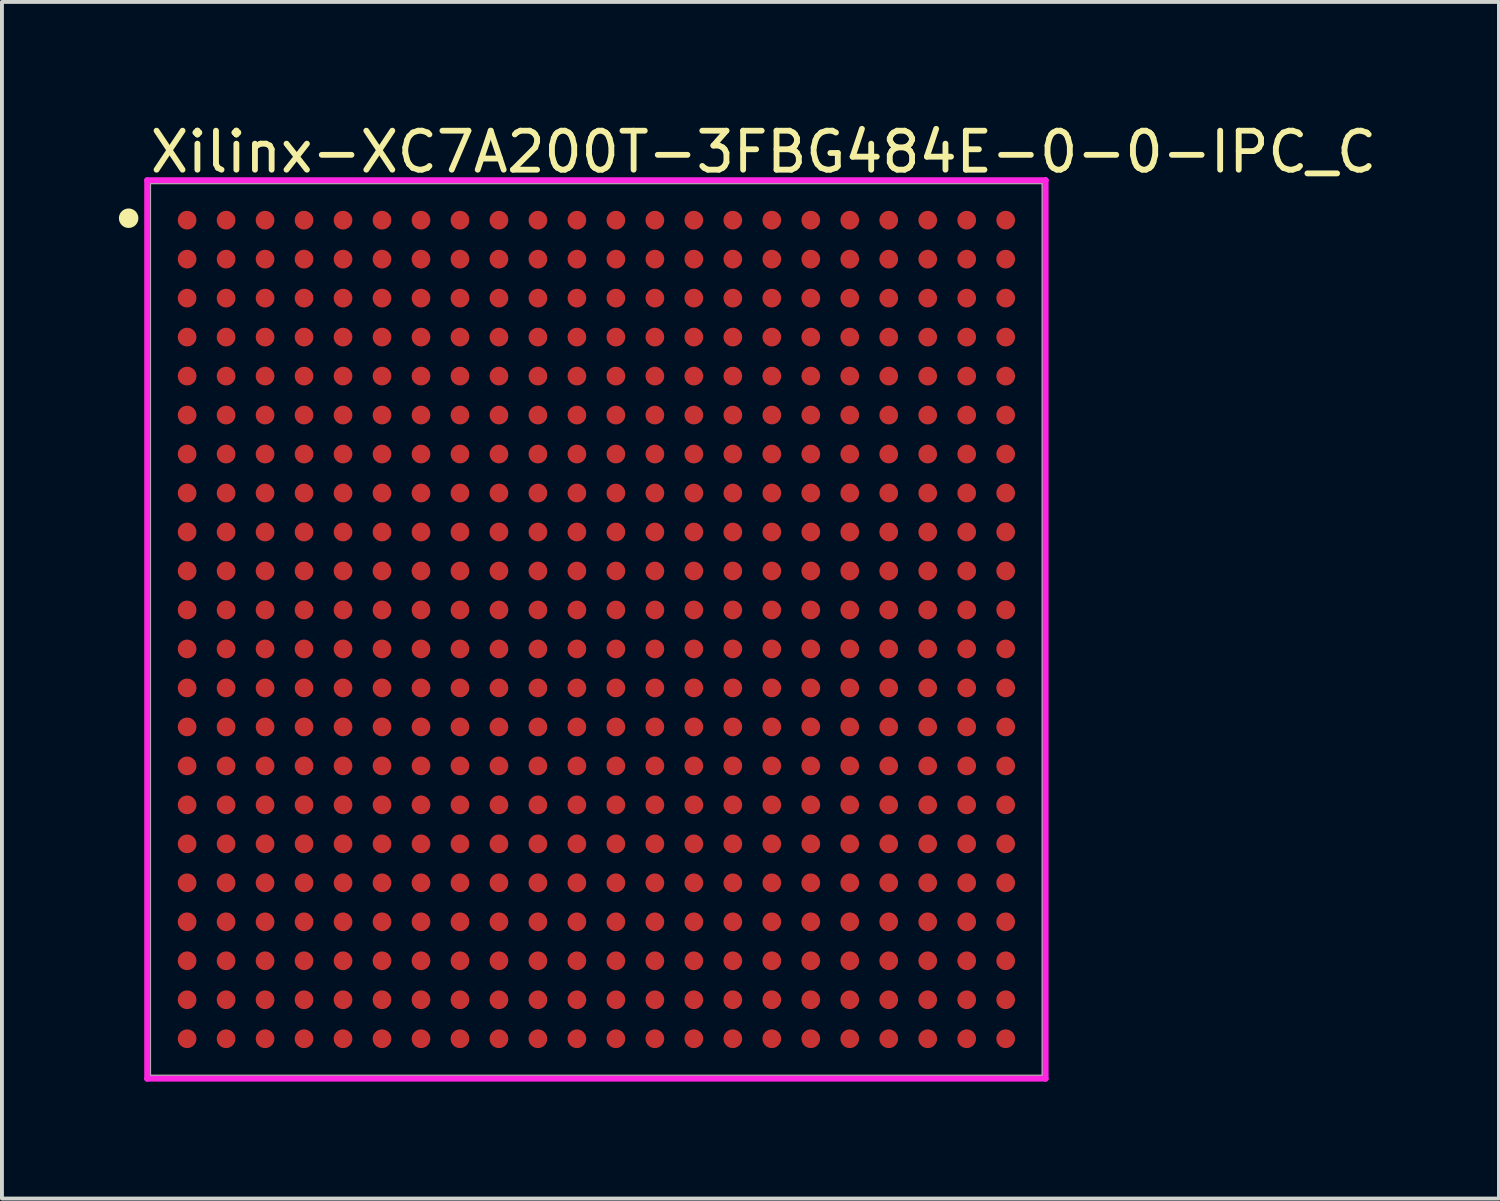
<source format=kicad_pcb>
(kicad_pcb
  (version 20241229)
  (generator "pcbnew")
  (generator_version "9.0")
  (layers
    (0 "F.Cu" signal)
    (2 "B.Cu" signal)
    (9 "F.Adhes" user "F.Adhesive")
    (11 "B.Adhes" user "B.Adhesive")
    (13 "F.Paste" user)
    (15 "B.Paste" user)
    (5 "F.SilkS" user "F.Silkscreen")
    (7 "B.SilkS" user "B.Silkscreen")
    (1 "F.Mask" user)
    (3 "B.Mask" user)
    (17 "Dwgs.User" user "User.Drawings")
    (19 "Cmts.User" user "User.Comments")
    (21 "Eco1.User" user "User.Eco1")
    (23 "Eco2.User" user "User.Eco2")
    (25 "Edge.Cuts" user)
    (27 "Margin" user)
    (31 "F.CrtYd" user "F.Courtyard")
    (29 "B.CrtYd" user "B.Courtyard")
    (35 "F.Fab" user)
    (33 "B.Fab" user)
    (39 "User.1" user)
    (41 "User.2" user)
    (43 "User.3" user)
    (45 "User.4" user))
  (footprint "Xilinx-XC7A200T-3FBG484E-0-0-IPC_C"
    (layer "F.Cu")
    (at 12.25 13.098)
    (property "Reference" "Xilinx-XC7A200T-3FBG484E-0-0-IPC_C" (at -11.525 -12.25 0) (layer "F.SilkS") (effects (font (size 1 1) (thickness 0.15)) (justify left)))
    (attr through_hole)
    (fp_line (start -11.5 -11.5) (end 11.5 -11.5) (stroke (width 0.15) (type solid)) (layer "F.SilkS"))
    (fp_line (start -11.5 11.5) (end -11.5 -11.5) (stroke (width 0.15) (type solid)) (layer "F.SilkS"))
    (fp_line (start 11.5 -11.5) (end 11.5 11.5) (stroke (width 0.15) (type solid)) (layer "F.SilkS"))
    (fp_line (start 11.5 11.5) (end -11.5 11.5) (stroke (width 0.15) (type solid)) (layer "F.SilkS"))
    (fp_circle (center -12 -10.55) (end -11.875 -10.55) (stroke (width 0.25) (type solid)) (fill no) (layer "F.SilkS"))
    (fp_line (start -11.525 -11.525) (end -11.525 11.525) (stroke (width 0.15) (type solid)) (layer "F.CrtYd"))
    (fp_line (start -11.525 11.525) (end 11.525 11.525) (stroke (width 0.15) (type solid)) (layer "F.CrtYd"))
    (fp_line (start 11.525 -11.525) (end -11.525 -11.525) (stroke (width 0.15) (type solid)) (layer "F.CrtYd"))
    (fp_line (start 11.525 -11.525) (end 11.525 -11.525) (stroke (width 0.15) (type solid)) (layer "F.CrtYd"))
    (fp_line (start 11.525 11.525) (end 11.525 -11.525) (stroke (width 0.15) (type solid)) (layer "F.CrtYd"))
    (fp_line (start -11.5 -11.5) (end 11.5 -11.5) (stroke (width 0.15) (type solid)) (layer "F.Fab"))
    (fp_line (start -11.5 11.5) (end -11.5 -11.5) (stroke (width 0.15) (type solid)) (layer "F.Fab"))
    (fp_line (start 11.5 -11.5) (end 11.5 11.5) (stroke (width 0.15) (type solid)) (layer "F.Fab"))
    (fp_line (start 11.5 11.5) (end -11.5 11.5) (stroke (width 0.15) (type solid)) (layer "F.Fab"))
    (pad "A1" smd circle (at -10.5 -10.5) (size 0.48 0.48) (layers "F.Cu" "F.Mask" "F.Paste"))
    (pad "A2" smd circle (at -9.5 -10.5) (size 0.48 0.48) (layers "F.Cu" "F.Mask" "F.Paste"))
    (pad "A3" smd circle (at -8.5 -10.5) (size 0.48 0.48) (layers "F.Cu" "F.Mask" "F.Paste"))
    (pad "A4" smd circle (at -7.5 -10.5) (size 0.48 0.48) (layers "F.Cu" "F.Mask" "F.Paste"))
    (pad "A5" smd circle (at -6.5 -10.5) (size 0.48 0.48) (layers "F.Cu" "F.Mask" "F.Paste"))
    (pad "A6" smd circle (at -5.5 -10.5) (size 0.48 0.48) (layers "F.Cu" "F.Mask" "F.Paste"))
    (pad "A7" smd circle (at -4.5 -10.5) (size 0.48 0.48) (layers "F.Cu" "F.Mask" "F.Paste"))
    (pad "A8" smd circle (at -3.5 -10.5) (size 0.48 0.48) (layers "F.Cu" "F.Mask" "F.Paste"))
    (pad "A9" smd circle (at -2.5 -10.5) (size 0.48 0.48) (layers "F.Cu" "F.Mask" "F.Paste"))
    (pad "A10" smd circle (at -1.5 -10.5) (size 0.48 0.48) (layers "F.Cu" "F.Mask" "F.Paste"))
    (pad "A11" smd circle (at -0.5 -10.5) (size 0.48 0.48) (layers "F.Cu" "F.Mask" "F.Paste"))
    (pad "A12" smd circle (at 0.5 -10.5) (size 0.48 0.48) (layers "F.Cu" "F.Mask" "F.Paste"))
    (pad "A13" smd circle (at 1.5 -10.5) (size 0.48 0.48) (layers "F.Cu" "F.Mask" "F.Paste"))
    (pad "A14" smd circle (at 2.5 -10.5) (size 0.48 0.48) (layers "F.Cu" "F.Mask" "F.Paste"))
    (pad "A15" smd circle (at 3.5 -10.5) (size 0.48 0.48) (layers "F.Cu" "F.Mask" "F.Paste"))
    (pad "A16" smd circle (at 4.5 -10.5) (size 0.48 0.48) (layers "F.Cu" "F.Mask" "F.Paste"))
    (pad "A17" smd circle (at 5.5 -10.5) (size 0.48 0.48) (layers "F.Cu" "F.Mask" "F.Paste"))
    (pad "A18" smd circle (at 6.5 -10.5) (size 0.48 0.48) (layers "F.Cu" "F.Mask" "F.Paste"))
    (pad "A19" smd circle (at 7.5 -10.5) (size 0.48 0.48) (layers "F.Cu" "F.Mask" "F.Paste"))
    (pad "A20" smd circle (at 8.5 -10.5) (size 0.48 0.48) (layers "F.Cu" "F.Mask" "F.Paste"))
    (pad "A21" smd circle (at 9.5 -10.5) (size 0.48 0.48) (layers "F.Cu" "F.Mask" "F.Paste"))
    (pad "A22" smd circle (at 10.5 -10.5) (size 0.48 0.48) (layers "F.Cu" "F.Mask" "F.Paste"))
    (pad "AA1" smd circle (at -10.5 9.5) (size 0.48 0.48) (layers "F.Cu" "F.Mask" "F.Paste"))
    (pad "AA2" smd circle (at -9.5 9.5) (size 0.48 0.48) (layers "F.Cu" "F.Mask" "F.Paste"))
    (pad "AA3" smd circle (at -8.5 9.5) (size 0.48 0.48) (layers "F.Cu" "F.Mask" "F.Paste"))
    (pad "AA4" smd circle (at -7.5 9.5) (size 0.48 0.48) (layers "F.Cu" "F.Mask" "F.Paste"))
    (pad "AA5" smd circle (at -6.5 9.5) (size 0.48 0.48) (layers "F.Cu" "F.Mask" "F.Paste"))
    (pad "AA6" smd circle (at -5.5 9.5) (size 0.48 0.48) (layers "F.Cu" "F.Mask" "F.Paste"))
    (pad "AA7" smd circle (at -4.5 9.5) (size 0.48 0.48) (layers "F.Cu" "F.Mask" "F.Paste"))
    (pad "AA8" smd circle (at -3.5 9.5) (size 0.48 0.48) (layers "F.Cu" "F.Mask" "F.Paste"))
    (pad "AA9" smd circle (at -2.5 9.5) (size 0.48 0.48) (layers "F.Cu" "F.Mask" "F.Paste"))
    (pad "AA10" smd circle (at -1.5 9.5) (size 0.48 0.48) (layers "F.Cu" "F.Mask" "F.Paste"))
    (pad "AA11" smd circle (at -0.5 9.5) (size 0.48 0.48) (layers "F.Cu" "F.Mask" "F.Paste"))
    (pad "AA12" smd circle (at 0.5 9.5) (size 0.48 0.48) (layers "F.Cu" "F.Mask" "F.Paste"))
    (pad "AA13" smd circle (at 1.5 9.5) (size 0.48 0.48) (layers "F.Cu" "F.Mask" "F.Paste"))
    (pad "AA14" smd circle (at 2.5 9.5) (size 0.48 0.48) (layers "F.Cu" "F.Mask" "F.Paste"))
    (pad "AA15" smd circle (at 3.5 9.5) (size 0.48 0.48) (layers "F.Cu" "F.Mask" "F.Paste"))
    (pad "AA16" smd circle (at 4.5 9.5) (size 0.48 0.48) (layers "F.Cu" "F.Mask" "F.Paste"))
    (pad "AA17" smd circle (at 5.5 9.5) (size 0.48 0.48) (layers "F.Cu" "F.Mask" "F.Paste"))
    (pad "AA18" smd circle (at 6.5 9.5) (size 0.48 0.48) (layers "F.Cu" "F.Mask" "F.Paste"))
    (pad "AA19" smd circle (at 7.5 9.5) (size 0.48 0.48) (layers "F.Cu" "F.Mask" "F.Paste"))
    (pad "AA20" smd circle (at 8.5 9.5) (size 0.48 0.48) (layers "F.Cu" "F.Mask" "F.Paste"))
    (pad "AA21" smd circle (at 9.5 9.5) (size 0.48 0.48) (layers "F.Cu" "F.Mask" "F.Paste"))
    (pad "AA22" smd circle (at 10.5 9.5) (size 0.48 0.48) (layers "F.Cu" "F.Mask" "F.Paste"))
    (pad "AB1" smd circle (at -10.5 10.5) (size 0.48 0.48) (layers "F.Cu" "F.Mask" "F.Paste"))
    (pad "AB2" smd circle (at -9.5 10.5) (size 0.48 0.48) (layers "F.Cu" "F.Mask" "F.Paste"))
    (pad "AB3" smd circle (at -8.5 10.5) (size 0.48 0.48) (layers "F.Cu" "F.Mask" "F.Paste"))
    (pad "AB4" smd circle (at -7.5 10.5) (size 0.48 0.48) (layers "F.Cu" "F.Mask" "F.Paste"))
    (pad "AB5" smd circle (at -6.5 10.5) (size 0.48 0.48) (layers "F.Cu" "F.Mask" "F.Paste"))
    (pad "AB6" smd circle (at -5.5 10.5) (size 0.48 0.48) (layers "F.Cu" "F.Mask" "F.Paste"))
    (pad "AB7" smd circle (at -4.5 10.5) (size 0.48 0.48) (layers "F.Cu" "F.Mask" "F.Paste"))
    (pad "AB8" smd circle (at -3.5 10.5) (size 0.48 0.48) (layers "F.Cu" "F.Mask" "F.Paste"))
    (pad "AB9" smd circle (at -2.5 10.5) (size 0.48 0.48) (layers "F.Cu" "F.Mask" "F.Paste"))
    (pad "AB10" smd circle (at -1.5 10.5) (size 0.48 0.48) (layers "F.Cu" "F.Mask" "F.Paste"))
    (pad "AB11" smd circle (at -0.5 10.5) (size 0.48 0.48) (layers "F.Cu" "F.Mask" "F.Paste"))
    (pad "AB12" smd circle (at 0.5 10.5) (size 0.48 0.48) (layers "F.Cu" "F.Mask" "F.Paste"))
    (pad "AB13" smd circle (at 1.5 10.5) (size 0.48 0.48) (layers "F.Cu" "F.Mask" "F.Paste"))
    (pad "AB14" smd circle (at 2.5 10.5) (size 0.48 0.48) (layers "F.Cu" "F.Mask" "F.Paste"))
    (pad "AB15" smd circle (at 3.5 10.5) (size 0.48 0.48) (layers "F.Cu" "F.Mask" "F.Paste"))
    (pad "AB16" smd circle (at 4.5 10.5) (size 0.48 0.48) (layers "F.Cu" "F.Mask" "F.Paste"))
    (pad "AB17" smd circle (at 5.5 10.5) (size 0.48 0.48) (layers "F.Cu" "F.Mask" "F.Paste"))
    (pad "AB18" smd circle (at 6.5 10.5) (size 0.48 0.48) (layers "F.Cu" "F.Mask" "F.Paste"))
    (pad "AB19" smd circle (at 7.5 10.5) (size 0.48 0.48) (layers "F.Cu" "F.Mask" "F.Paste"))
    (pad "AB20" smd circle (at 8.5 10.5) (size 0.48 0.48) (layers "F.Cu" "F.Mask" "F.Paste"))
    (pad "AB21" smd circle (at 9.5 10.5) (size 0.48 0.48) (layers "F.Cu" "F.Mask" "F.Paste"))
    (pad "AB22" smd circle (at 10.5 10.5) (size 0.48 0.48) (layers "F.Cu" "F.Mask" "F.Paste"))
    (pad "B1" smd circle (at -10.5 -9.5) (size 0.48 0.48) (layers "F.Cu" "F.Mask" "F.Paste"))
    (pad "B2" smd circle (at -9.5 -9.5) (size 0.48 0.48) (layers "F.Cu" "F.Mask" "F.Paste"))
    (pad "B3" smd circle (at -8.5 -9.5) (size 0.48 0.48) (layers "F.Cu" "F.Mask" "F.Paste"))
    (pad "B4" smd circle (at -7.5 -9.5) (size 0.48 0.48) (layers "F.Cu" "F.Mask" "F.Paste"))
    (pad "B5" smd circle (at -6.5 -9.5) (size 0.48 0.48) (layers "F.Cu" "F.Mask" "F.Paste"))
    (pad "B6" smd circle (at -5.5 -9.5) (size 0.48 0.48) (layers "F.Cu" "F.Mask" "F.Paste"))
    (pad "B7" smd circle (at -4.5 -9.5) (size 0.48 0.48) (layers "F.Cu" "F.Mask" "F.Paste"))
    (pad "B8" smd circle (at -3.5 -9.5) (size 0.48 0.48) (layers "F.Cu" "F.Mask" "F.Paste"))
    (pad "B9" smd circle (at -2.5 -9.5) (size 0.48 0.48) (layers "F.Cu" "F.Mask" "F.Paste"))
    (pad "B10" smd circle (at -1.5 -9.5) (size 0.48 0.48) (layers "F.Cu" "F.Mask" "F.Paste"))
    (pad "B11" smd circle (at -0.5 -9.5) (size 0.48 0.48) (layers "F.Cu" "F.Mask" "F.Paste"))
    (pad "B12" smd circle (at 0.5 -9.5) (size 0.48 0.48) (layers "F.Cu" "F.Mask" "F.Paste"))
    (pad "B13" smd circle (at 1.5 -9.5) (size 0.48 0.48) (layers "F.Cu" "F.Mask" "F.Paste"))
    (pad "B14" smd circle (at 2.5 -9.5) (size 0.48 0.48) (layers "F.Cu" "F.Mask" "F.Paste"))
    (pad "B15" smd circle (at 3.5 -9.5) (size 0.48 0.48) (layers "F.Cu" "F.Mask" "F.Paste"))
    (pad "B16" smd circle (at 4.5 -9.5) (size 0.48 0.48) (layers "F.Cu" "F.Mask" "F.Paste"))
    (pad "B17" smd circle (at 5.5 -9.5) (size 0.48 0.48) (layers "F.Cu" "F.Mask" "F.Paste"))
    (pad "B18" smd circle (at 6.5 -9.5) (size 0.48 0.48) (layers "F.Cu" "F.Mask" "F.Paste"))
    (pad "B19" smd circle (at 7.5 -9.5) (size 0.48 0.48) (layers "F.Cu" "F.Mask" "F.Paste"))
    (pad "B20" smd circle (at 8.5 -9.5) (size 0.48 0.48) (layers "F.Cu" "F.Mask" "F.Paste"))
    (pad "B21" smd circle (at 9.5 -9.5) (size 0.48 0.48) (layers "F.Cu" "F.Mask" "F.Paste"))
    (pad "B22" smd circle (at 10.5 -9.5) (size 0.48 0.48) (layers "F.Cu" "F.Mask" "F.Paste"))
    (pad "C1" smd circle (at -10.5 -8.5) (size 0.48 0.48) (layers "F.Cu" "F.Mask" "F.Paste"))
    (pad "C2" smd circle (at -9.5 -8.5) (size 0.48 0.48) (layers "F.Cu" "F.Mask" "F.Paste"))
    (pad "C3" smd circle (at -8.5 -8.5) (size 0.48 0.48) (layers "F.Cu" "F.Mask" "F.Paste"))
    (pad "C4" smd circle (at -7.5 -8.5) (size 0.48 0.48) (layers "F.Cu" "F.Mask" "F.Paste"))
    (pad "C5" smd circle (at -6.5 -8.5) (size 0.48 0.48) (layers "F.Cu" "F.Mask" "F.Paste"))
    (pad "C6" smd circle (at -5.5 -8.5) (size 0.48 0.48) (layers "F.Cu" "F.Mask" "F.Paste"))
    (pad "C7" smd circle (at -4.5 -8.5) (size 0.48 0.48) (layers "F.Cu" "F.Mask" "F.Paste"))
    (pad "C8" smd circle (at -3.5 -8.5) (size 0.48 0.48) (layers "F.Cu" "F.Mask" "F.Paste"))
    (pad "C9" smd circle (at -2.5 -8.5) (size 0.48 0.48) (layers "F.Cu" "F.Mask" "F.Paste"))
    (pad "C10" smd circle (at -1.5 -8.5) (size 0.48 0.48) (layers "F.Cu" "F.Mask" "F.Paste"))
    (pad "C11" smd circle (at -0.5 -8.5) (size 0.48 0.48) (layers "F.Cu" "F.Mask" "F.Paste"))
    (pad "C12" smd circle (at 0.5 -8.5) (size 0.48 0.48) (layers "F.Cu" "F.Mask" "F.Paste"))
    (pad "C13" smd circle (at 1.5 -8.5) (size 0.48 0.48) (layers "F.Cu" "F.Mask" "F.Paste"))
    (pad "C14" smd circle (at 2.5 -8.5) (size 0.48 0.48) (layers "F.Cu" "F.Mask" "F.Paste"))
    (pad "C15" smd circle (at 3.5 -8.5) (size 0.48 0.48) (layers "F.Cu" "F.Mask" "F.Paste"))
    (pad "C16" smd circle (at 4.5 -8.5) (size 0.48 0.48) (layers "F.Cu" "F.Mask" "F.Paste"))
    (pad "C17" smd circle (at 5.5 -8.5) (size 0.48 0.48) (layers "F.Cu" "F.Mask" "F.Paste"))
    (pad "C18" smd circle (at 6.5 -8.5) (size 0.48 0.48) (layers "F.Cu" "F.Mask" "F.Paste"))
    (pad "C19" smd circle (at 7.5 -8.5) (size 0.48 0.48) (layers "F.Cu" "F.Mask" "F.Paste"))
    (pad "C20" smd circle (at 8.5 -8.5) (size 0.48 0.48) (layers "F.Cu" "F.Mask" "F.Paste"))
    (pad "C21" smd circle (at 9.5 -8.5) (size 0.48 0.48) (layers "F.Cu" "F.Mask" "F.Paste"))
    (pad "C22" smd circle (at 10.5 -8.5) (size 0.48 0.48) (layers "F.Cu" "F.Mask" "F.Paste"))
    (pad "D1" smd circle (at -10.5 -7.5) (size 0.48 0.48) (layers "F.Cu" "F.Mask" "F.Paste"))
    (pad "D2" smd circle (at -9.5 -7.5) (size 0.48 0.48) (layers "F.Cu" "F.Mask" "F.Paste"))
    (pad "D3" smd circle (at -8.5 -7.5) (size 0.48 0.48) (layers "F.Cu" "F.Mask" "F.Paste"))
    (pad "D4" smd circle (at -7.5 -7.5) (size 0.48 0.48) (layers "F.Cu" "F.Mask" "F.Paste"))
    (pad "D5" smd circle (at -6.5 -7.5) (size 0.48 0.48) (layers "F.Cu" "F.Mask" "F.Paste"))
    (pad "D6" smd circle (at -5.5 -7.5) (size 0.48 0.48) (layers "F.Cu" "F.Mask" "F.Paste"))
    (pad "D7" smd circle (at -4.5 -7.5) (size 0.48 0.48) (layers "F.Cu" "F.Mask" "F.Paste"))
    (pad "D8" smd circle (at -3.5 -7.5) (size 0.48 0.48) (layers "F.Cu" "F.Mask" "F.Paste"))
    (pad "D9" smd circle (at -2.5 -7.5) (size 0.48 0.48) (layers "F.Cu" "F.Mask" "F.Paste"))
    (pad "D10" smd circle (at -1.5 -7.5) (size 0.48 0.48) (layers "F.Cu" "F.Mask" "F.Paste"))
    (pad "D11" smd circle (at -0.5 -7.5) (size 0.48 0.48) (layers "F.Cu" "F.Mask" "F.Paste"))
    (pad "D12" smd circle (at 0.5 -7.5) (size 0.48 0.48) (layers "F.Cu" "F.Mask" "F.Paste"))
    (pad "D13" smd circle (at 1.5 -7.5) (size 0.48 0.48) (layers "F.Cu" "F.Mask" "F.Paste"))
    (pad "D14" smd circle (at 2.5 -7.5) (size 0.48 0.48) (layers "F.Cu" "F.Mask" "F.Paste"))
    (pad "D15" smd circle (at 3.5 -7.5) (size 0.48 0.48) (layers "F.Cu" "F.Mask" "F.Paste"))
    (pad "D16" smd circle (at 4.5 -7.5) (size 0.48 0.48) (layers "F.Cu" "F.Mask" "F.Paste"))
    (pad "D17" smd circle (at 5.5 -7.5) (size 0.48 0.48) (layers "F.Cu" "F.Mask" "F.Paste"))
    (pad "D18" smd circle (at 6.5 -7.5) (size 0.48 0.48) (layers "F.Cu" "F.Mask" "F.Paste"))
    (pad "D19" smd circle (at 7.5 -7.5) (size 0.48 0.48) (layers "F.Cu" "F.Mask" "F.Paste"))
    (pad "D20" smd circle (at 8.5 -7.5) (size 0.48 0.48) (layers "F.Cu" "F.Mask" "F.Paste"))
    (pad "D21" smd circle (at 9.5 -7.5) (size 0.48 0.48) (layers "F.Cu" "F.Mask" "F.Paste"))
    (pad "D22" smd circle (at 10.5 -7.5) (size 0.48 0.48) (layers "F.Cu" "F.Mask" "F.Paste"))
    (pad "E1" smd circle (at -10.5 -6.5) (size 0.48 0.48) (layers "F.Cu" "F.Mask" "F.Paste"))
    (pad "E2" smd circle (at -9.5 -6.5) (size 0.48 0.48) (layers "F.Cu" "F.Mask" "F.Paste"))
    (pad "E3" smd circle (at -8.5 -6.5) (size 0.48 0.48) (layers "F.Cu" "F.Mask" "F.Paste"))
    (pad "E4" smd circle (at -7.5 -6.5) (size 0.48 0.48) (layers "F.Cu" "F.Mask" "F.Paste"))
    (pad "E5" smd circle (at -6.5 -6.5) (size 0.48 0.48) (layers "F.Cu" "F.Mask" "F.Paste"))
    (pad "E6" smd circle (at -5.5 -6.5) (size 0.48 0.48) (layers "F.Cu" "F.Mask" "F.Paste"))
    (pad "E7" smd circle (at -4.5 -6.5) (size 0.48 0.48) (layers "F.Cu" "F.Mask" "F.Paste"))
    (pad "E8" smd circle (at -3.5 -6.5) (size 0.48 0.48) (layers "F.Cu" "F.Mask" "F.Paste"))
    (pad "E9" smd circle (at -2.5 -6.5) (size 0.48 0.48) (layers "F.Cu" "F.Mask" "F.Paste"))
    (pad "E10" smd circle (at -1.5 -6.5) (size 0.48 0.48) (layers "F.Cu" "F.Mask" "F.Paste"))
    (pad "E11" smd circle (at -0.5 -6.5) (size 0.48 0.48) (layers "F.Cu" "F.Mask" "F.Paste"))
    (pad "E12" smd circle (at 0.5 -6.5) (size 0.48 0.48) (layers "F.Cu" "F.Mask" "F.Paste"))
    (pad "E13" smd circle (at 1.5 -6.5) (size 0.48 0.48) (layers "F.Cu" "F.Mask" "F.Paste"))
    (pad "E14" smd circle (at 2.5 -6.5) (size 0.48 0.48) (layers "F.Cu" "F.Mask" "F.Paste"))
    (pad "E15" smd circle (at 3.5 -6.5) (size 0.48 0.48) (layers "F.Cu" "F.Mask" "F.Paste"))
    (pad "E16" smd circle (at 4.5 -6.5) (size 0.48 0.48) (layers "F.Cu" "F.Mask" "F.Paste"))
    (pad "E17" smd circle (at 5.5 -6.5) (size 0.48 0.48) (layers "F.Cu" "F.Mask" "F.Paste"))
    (pad "E18" smd circle (at 6.5 -6.5) (size 0.48 0.48) (layers "F.Cu" "F.Mask" "F.Paste"))
    (pad "E19" smd circle (at 7.5 -6.5) (size 0.48 0.48) (layers "F.Cu" "F.Mask" "F.Paste"))
    (pad "E20" smd circle (at 8.5 -6.5) (size 0.48 0.48) (layers "F.Cu" "F.Mask" "F.Paste"))
    (pad "E21" smd circle (at 9.5 -6.5) (size 0.48 0.48) (layers "F.Cu" "F.Mask" "F.Paste"))
    (pad "E22" smd circle (at 10.5 -6.5) (size 0.48 0.48) (layers "F.Cu" "F.Mask" "F.Paste"))
    (pad "F1" smd circle (at -10.5 -5.5) (size 0.48 0.48) (layers "F.Cu" "F.Mask" "F.Paste"))
    (pad "F2" smd circle (at -9.5 -5.5) (size 0.48 0.48) (layers "F.Cu" "F.Mask" "F.Paste"))
    (pad "F3" smd circle (at -8.5 -5.5) (size 0.48 0.48) (layers "F.Cu" "F.Mask" "F.Paste"))
    (pad "F4" smd circle (at -7.5 -5.5) (size 0.48 0.48) (layers "F.Cu" "F.Mask" "F.Paste"))
    (pad "F5" smd circle (at -6.5 -5.5) (size 0.48 0.48) (layers "F.Cu" "F.Mask" "F.Paste"))
    (pad "F6" smd circle (at -5.5 -5.5) (size 0.48 0.48) (layers "F.Cu" "F.Mask" "F.Paste"))
    (pad "F7" smd circle (at -4.5 -5.5) (size 0.48 0.48) (layers "F.Cu" "F.Mask" "F.Paste"))
    (pad "F8" smd circle (at -3.5 -5.5) (size 0.48 0.48) (layers "F.Cu" "F.Mask" "F.Paste"))
    (pad "F9" smd circle (at -2.5 -5.5) (size 0.48 0.48) (layers "F.Cu" "F.Mask" "F.Paste"))
    (pad "F10" smd circle (at -1.5 -5.5) (size 0.48 0.48) (layers "F.Cu" "F.Mask" "F.Paste"))
    (pad "F11" smd circle (at -0.5 -5.5) (size 0.48 0.48) (layers "F.Cu" "F.Mask" "F.Paste"))
    (pad "F12" smd circle (at 0.5 -5.5) (size 0.48 0.48) (layers "F.Cu" "F.Mask" "F.Paste"))
    (pad "F13" smd circle (at 1.5 -5.5) (size 0.48 0.48) (layers "F.Cu" "F.Mask" "F.Paste"))
    (pad "F14" smd circle (at 2.5 -5.5) (size 0.48 0.48) (layers "F.Cu" "F.Mask" "F.Paste"))
    (pad "F15" smd circle (at 3.5 -5.5) (size 0.48 0.48) (layers "F.Cu" "F.Mask" "F.Paste"))
    (pad "F16" smd circle (at 4.5 -5.5) (size 0.48 0.48) (layers "F.Cu" "F.Mask" "F.Paste"))
    (pad "F17" smd circle (at 5.5 -5.5) (size 0.48 0.48) (layers "F.Cu" "F.Mask" "F.Paste"))
    (pad "F18" smd circle (at 6.5 -5.5) (size 0.48 0.48) (layers "F.Cu" "F.Mask" "F.Paste"))
    (pad "F19" smd circle (at 7.5 -5.5) (size 0.48 0.48) (layers "F.Cu" "F.Mask" "F.Paste"))
    (pad "F20" smd circle (at 8.5 -5.5) (size 0.48 0.48) (layers "F.Cu" "F.Mask" "F.Paste"))
    (pad "F21" smd circle (at 9.5 -5.5) (size 0.48 0.48) (layers "F.Cu" "F.Mask" "F.Paste"))
    (pad "F22" smd circle (at 10.5 -5.5) (size 0.48 0.48) (layers "F.Cu" "F.Mask" "F.Paste"))
    (pad "G1" smd circle (at -10.5 -4.5) (size 0.48 0.48) (layers "F.Cu" "F.Mask" "F.Paste"))
    (pad "G2" smd circle (at -9.5 -4.5) (size 0.48 0.48) (layers "F.Cu" "F.Mask" "F.Paste"))
    (pad "G3" smd circle (at -8.5 -4.5) (size 0.48 0.48) (layers "F.Cu" "F.Mask" "F.Paste"))
    (pad "G4" smd circle (at -7.5 -4.5) (size 0.48 0.48) (layers "F.Cu" "F.Mask" "F.Paste"))
    (pad "G5" smd circle (at -6.5 -4.5) (size 0.48 0.48) (layers "F.Cu" "F.Mask" "F.Paste"))
    (pad "G6" smd circle (at -5.5 -4.5) (size 0.48 0.48) (layers "F.Cu" "F.Mask" "F.Paste"))
    (pad "G7" smd circle (at -4.5 -4.5) (size 0.48 0.48) (layers "F.Cu" "F.Mask" "F.Paste"))
    (pad "G8" smd circle (at -3.5 -4.5) (size 0.48 0.48) (layers "F.Cu" "F.Mask" "F.Paste"))
    (pad "G9" smd circle (at -2.5 -4.5) (size 0.48 0.48) (layers "F.Cu" "F.Mask" "F.Paste"))
    (pad "G10" smd circle (at -1.5 -4.5) (size 0.48 0.48) (layers "F.Cu" "F.Mask" "F.Paste"))
    (pad "G11" smd circle (at -0.5 -4.5) (size 0.48 0.48) (layers "F.Cu" "F.Mask" "F.Paste"))
    (pad "G12" smd circle (at 0.5 -4.5) (size 0.48 0.48) (layers "F.Cu" "F.Mask" "F.Paste"))
    (pad "G13" smd circle (at 1.5 -4.5) (size 0.48 0.48) (layers "F.Cu" "F.Mask" "F.Paste"))
    (pad "G14" smd circle (at 2.5 -4.5) (size 0.48 0.48) (layers "F.Cu" "F.Mask" "F.Paste"))
    (pad "G15" smd circle (at 3.5 -4.5) (size 0.48 0.48) (layers "F.Cu" "F.Mask" "F.Paste"))
    (pad "G16" smd circle (at 4.5 -4.5) (size 0.48 0.48) (layers "F.Cu" "F.Mask" "F.Paste"))
    (pad "G17" smd circle (at 5.5 -4.5) (size 0.48 0.48) (layers "F.Cu" "F.Mask" "F.Paste"))
    (pad "G18" smd circle (at 6.5 -4.5) (size 0.48 0.48) (layers "F.Cu" "F.Mask" "F.Paste"))
    (pad "G19" smd circle (at 7.5 -4.5) (size 0.48 0.48) (layers "F.Cu" "F.Mask" "F.Paste"))
    (pad "G20" smd circle (at 8.5 -4.5) (size 0.48 0.48) (layers "F.Cu" "F.Mask" "F.Paste"))
    (pad "G21" smd circle (at 9.5 -4.5) (size 0.48 0.48) (layers "F.Cu" "F.Mask" "F.Paste"))
    (pad "G22" smd circle (at 10.5 -4.5) (size 0.48 0.48) (layers "F.Cu" "F.Mask" "F.Paste"))
    (pad "H1" smd circle (at -10.5 -3.5) (size 0.48 0.48) (layers "F.Cu" "F.Mask" "F.Paste"))
    (pad "H2" smd circle (at -9.5 -3.5) (size 0.48 0.48) (layers "F.Cu" "F.Mask" "F.Paste"))
    (pad "H3" smd circle (at -8.5 -3.5) (size 0.48 0.48) (layers "F.Cu" "F.Mask" "F.Paste"))
    (pad "H4" smd circle (at -7.5 -3.5) (size 0.48 0.48) (layers "F.Cu" "F.Mask" "F.Paste"))
    (pad "H5" smd circle (at -6.5 -3.5) (size 0.48 0.48) (layers "F.Cu" "F.Mask" "F.Paste"))
    (pad "H6" smd circle (at -5.5 -3.5) (size 0.48 0.48) (layers "F.Cu" "F.Mask" "F.Paste"))
    (pad "H7" smd circle (at -4.5 -3.5) (size 0.48 0.48) (layers "F.Cu" "F.Mask" "F.Paste"))
    (pad "H8" smd circle (at -3.5 -3.5) (size 0.48 0.48) (layers "F.Cu" "F.Mask" "F.Paste"))
    (pad "H9" smd circle (at -2.5 -3.5) (size 0.48 0.48) (layers "F.Cu" "F.Mask" "F.Paste"))
    (pad "H10" smd circle (at -1.5 -3.5) (size 0.48 0.48) (layers "F.Cu" "F.Mask" "F.Paste"))
    (pad "H11" smd circle (at -0.5 -3.5) (size 0.48 0.48) (layers "F.Cu" "F.Mask" "F.Paste"))
    (pad "H12" smd circle (at 0.5 -3.5) (size 0.48 0.48) (layers "F.Cu" "F.Mask" "F.Paste"))
    (pad "H13" smd circle (at 1.5 -3.5) (size 0.48 0.48) (layers "F.Cu" "F.Mask" "F.Paste"))
    (pad "H14" smd circle (at 2.5 -3.5) (size 0.48 0.48) (layers "F.Cu" "F.Mask" "F.Paste"))
    (pad "H15" smd circle (at 3.5 -3.5) (size 0.48 0.48) (layers "F.Cu" "F.Mask" "F.Paste"))
    (pad "H16" smd circle (at 4.5 -3.5) (size 0.48 0.48) (layers "F.Cu" "F.Mask" "F.Paste"))
    (pad "H17" smd circle (at 5.5 -3.5) (size 0.48 0.48) (layers "F.Cu" "F.Mask" "F.Paste"))
    (pad "H18" smd circle (at 6.5 -3.5) (size 0.48 0.48) (layers "F.Cu" "F.Mask" "F.Paste"))
    (pad "H19" smd circle (at 7.5 -3.5) (size 0.48 0.48) (layers "F.Cu" "F.Mask" "F.Paste"))
    (pad "H20" smd circle (at 8.5 -3.5) (size 0.48 0.48) (layers "F.Cu" "F.Mask" "F.Paste"))
    (pad "H21" smd circle (at 9.5 -3.5) (size 0.48 0.48) (layers "F.Cu" "F.Mask" "F.Paste"))
    (pad "H22" smd circle (at 10.5 -3.5) (size 0.48 0.48) (layers "F.Cu" "F.Mask" "F.Paste"))
    (pad "J1" smd circle (at -10.5 -2.5) (size 0.48 0.48) (layers "F.Cu" "F.Mask" "F.Paste"))
    (pad "J2" smd circle (at -9.5 -2.5) (size 0.48 0.48) (layers "F.Cu" "F.Mask" "F.Paste"))
    (pad "J3" smd circle (at -8.5 -2.5) (size 0.48 0.48) (layers "F.Cu" "F.Mask" "F.Paste"))
    (pad "J4" smd circle (at -7.5 -2.5) (size 0.48 0.48) (layers "F.Cu" "F.Mask" "F.Paste"))
    (pad "J5" smd circle (at -6.5 -2.5) (size 0.48 0.48) (layers "F.Cu" "F.Mask" "F.Paste"))
    (pad "J6" smd circle (at -5.5 -2.5) (size 0.48 0.48) (layers "F.Cu" "F.Mask" "F.Paste"))
    (pad "J7" smd circle (at -4.5 -2.5) (size 0.48 0.48) (layers "F.Cu" "F.Mask" "F.Paste"))
    (pad "J8" smd circle (at -3.5 -2.5) (size 0.48 0.48) (layers "F.Cu" "F.Mask" "F.Paste"))
    (pad "J9" smd circle (at -2.5 -2.5) (size 0.48 0.48) (layers "F.Cu" "F.Mask" "F.Paste"))
    (pad "J10" smd circle (at -1.5 -2.5) (size 0.48 0.48) (layers "F.Cu" "F.Mask" "F.Paste"))
    (pad "J11" smd circle (at -0.5 -2.5) (size 0.48 0.48) (layers "F.Cu" "F.Mask" "F.Paste"))
    (pad "J12" smd circle (at 0.5 -2.5) (size 0.48 0.48) (layers "F.Cu" "F.Mask" "F.Paste"))
    (pad "J13" smd circle (at 1.5 -2.5) (size 0.48 0.48) (layers "F.Cu" "F.Mask" "F.Paste"))
    (pad "J14" smd circle (at 2.5 -2.5) (size 0.48 0.48) (layers "F.Cu" "F.Mask" "F.Paste"))
    (pad "J15" smd circle (at 3.5 -2.5) (size 0.48 0.48) (layers "F.Cu" "F.Mask" "F.Paste"))
    (pad "J16" smd circle (at 4.5 -2.5) (size 0.48 0.48) (layers "F.Cu" "F.Mask" "F.Paste"))
    (pad "J17" smd circle (at 5.5 -2.5) (size 0.48 0.48) (layers "F.Cu" "F.Mask" "F.Paste"))
    (pad "J18" smd circle (at 6.5 -2.5) (size 0.48 0.48) (layers "F.Cu" "F.Mask" "F.Paste"))
    (pad "J19" smd circle (at 7.5 -2.5) (size 0.48 0.48) (layers "F.Cu" "F.Mask" "F.Paste"))
    (pad "J20" smd circle (at 8.5 -2.5) (size 0.48 0.48) (layers "F.Cu" "F.Mask" "F.Paste"))
    (pad "J21" smd circle (at 9.5 -2.5) (size 0.48 0.48) (layers "F.Cu" "F.Mask" "F.Paste"))
    (pad "J22" smd circle (at 10.5 -2.5) (size 0.48 0.48) (layers "F.Cu" "F.Mask" "F.Paste"))
    (pad "K1" smd circle (at -10.5 -1.5) (size 0.48 0.48) (layers "F.Cu" "F.Mask" "F.Paste"))
    (pad "K2" smd circle (at -9.5 -1.5) (size 0.48 0.48) (layers "F.Cu" "F.Mask" "F.Paste"))
    (pad "K3" smd circle (at -8.5 -1.5) (size 0.48 0.48) (layers "F.Cu" "F.Mask" "F.Paste"))
    (pad "K4" smd circle (at -7.5 -1.5) (size 0.48 0.48) (layers "F.Cu" "F.Mask" "F.Paste"))
    (pad "K5" smd circle (at -6.5 -1.5) (size 0.48 0.48) (layers "F.Cu" "F.Mask" "F.Paste"))
    (pad "K6" smd circle (at -5.5 -1.5) (size 0.48 0.48) (layers "F.Cu" "F.Mask" "F.Paste"))
    (pad "K7" smd circle (at -4.5 -1.5) (size 0.48 0.48) (layers "F.Cu" "F.Mask" "F.Paste"))
    (pad "K8" smd circle (at -3.5 -1.5) (size 0.48 0.48) (layers "F.Cu" "F.Mask" "F.Paste"))
    (pad "K9" smd circle (at -2.5 -1.5) (size 0.48 0.48) (layers "F.Cu" "F.Mask" "F.Paste"))
    (pad "K10" smd circle (at -1.5 -1.5) (size 0.48 0.48) (layers "F.Cu" "F.Mask" "F.Paste"))
    (pad "K11" smd circle (at -0.5 -1.5) (size 0.48 0.48) (layers "F.Cu" "F.Mask" "F.Paste"))
    (pad "K12" smd circle (at 0.5 -1.5) (size 0.48 0.48) (layers "F.Cu" "F.Mask" "F.Paste"))
    (pad "K13" smd circle (at 1.5 -1.5) (size 0.48 0.48) (layers "F.Cu" "F.Mask" "F.Paste"))
    (pad "K14" smd circle (at 2.5 -1.5) (size 0.48 0.48) (layers "F.Cu" "F.Mask" "F.Paste"))
    (pad "K15" smd circle (at 3.5 -1.5) (size 0.48 0.48) (layers "F.Cu" "F.Mask" "F.Paste"))
    (pad "K16" smd circle (at 4.5 -1.5) (size 0.48 0.48) (layers "F.Cu" "F.Mask" "F.Paste"))
    (pad "K17" smd circle (at 5.5 -1.5) (size 0.48 0.48) (layers "F.Cu" "F.Mask" "F.Paste"))
    (pad "K18" smd circle (at 6.5 -1.5) (size 0.48 0.48) (layers "F.Cu" "F.Mask" "F.Paste"))
    (pad "K19" smd circle (at 7.5 -1.5) (size 0.48 0.48) (layers "F.Cu" "F.Mask" "F.Paste"))
    (pad "K20" smd circle (at 8.5 -1.5) (size 0.48 0.48) (layers "F.Cu" "F.Mask" "F.Paste"))
    (pad "K21" smd circle (at 9.5 -1.5) (size 0.48 0.48) (layers "F.Cu" "F.Mask" "F.Paste"))
    (pad "K22" smd circle (at 10.5 -1.5) (size 0.48 0.48) (layers "F.Cu" "F.Mask" "F.Paste"))
    (pad "L1" smd circle (at -10.5 -0.5) (size 0.48 0.48) (layers "F.Cu" "F.Mask" "F.Paste"))
    (pad "L2" smd circle (at -9.5 -0.5) (size 0.48 0.48) (layers "F.Cu" "F.Mask" "F.Paste"))
    (pad "L3" smd circle (at -8.5 -0.5) (size 0.48 0.48) (layers "F.Cu" "F.Mask" "F.Paste"))
    (pad "L4" smd circle (at -7.5 -0.5) (size 0.48 0.48) (layers "F.Cu" "F.Mask" "F.Paste"))
    (pad "L5" smd circle (at -6.5 -0.5) (size 0.48 0.48) (layers "F.Cu" "F.Mask" "F.Paste"))
    (pad "L6" smd circle (at -5.5 -0.5) (size 0.48 0.48) (layers "F.Cu" "F.Mask" "F.Paste"))
    (pad "L7" smd circle (at -4.5 -0.5) (size 0.48 0.48) (layers "F.Cu" "F.Mask" "F.Paste"))
    (pad "L8" smd circle (at -3.5 -0.5) (size 0.48 0.48) (layers "F.Cu" "F.Mask" "F.Paste"))
    (pad "L9" smd circle (at -2.5 -0.5) (size 0.48 0.48) (layers "F.Cu" "F.Mask" "F.Paste"))
    (pad "L10" smd circle (at -1.5 -0.5) (size 0.48 0.48) (layers "F.Cu" "F.Mask" "F.Paste"))
    (pad "L11" smd circle (at -0.5 -0.5) (size 0.48 0.48) (layers "F.Cu" "F.Mask" "F.Paste"))
    (pad "L12" smd circle (at 0.5 -0.5) (size 0.48 0.48) (layers "F.Cu" "F.Mask" "F.Paste"))
    (pad "L13" smd circle (at 1.5 -0.5) (size 0.48 0.48) (layers "F.Cu" "F.Mask" "F.Paste"))
    (pad "L14" smd circle (at 2.5 -0.5) (size 0.48 0.48) (layers "F.Cu" "F.Mask" "F.Paste"))
    (pad "L15" smd circle (at 3.5 -0.5) (size 0.48 0.48) (layers "F.Cu" "F.Mask" "F.Paste"))
    (pad "L16" smd circle (at 4.5 -0.5) (size 0.48 0.48) (layers "F.Cu" "F.Mask" "F.Paste"))
    (pad "L17" smd circle (at 5.5 -0.5) (size 0.48 0.48) (layers "F.Cu" "F.Mask" "F.Paste"))
    (pad "L18" smd circle (at 6.5 -0.5) (size 0.48 0.48) (layers "F.Cu" "F.Mask" "F.Paste"))
    (pad "L19" smd circle (at 7.5 -0.5) (size 0.48 0.48) (layers "F.Cu" "F.Mask" "F.Paste"))
    (pad "L20" smd circle (at 8.5 -0.5) (size 0.48 0.48) (layers "F.Cu" "F.Mask" "F.Paste"))
    (pad "L21" smd circle (at 9.5 -0.5) (size 0.48 0.48) (layers "F.Cu" "F.Mask" "F.Paste"))
    (pad "L22" smd circle (at 10.5 -0.5) (size 0.48 0.48) (layers "F.Cu" "F.Mask" "F.Paste"))
    (pad "M1" smd circle (at -10.5 0.5) (size 0.48 0.48) (layers "F.Cu" "F.Mask" "F.Paste"))
    (pad "M2" smd circle (at -9.5 0.5) (size 0.48 0.48) (layers "F.Cu" "F.Mask" "F.Paste"))
    (pad "M3" smd circle (at -8.5 0.5) (size 0.48 0.48) (layers "F.Cu" "F.Mask" "F.Paste"))
    (pad "M4" smd circle (at -7.5 0.5) (size 0.48 0.48) (layers "F.Cu" "F.Mask" "F.Paste"))
    (pad "M5" smd circle (at -6.5 0.5) (size 0.48 0.48) (layers "F.Cu" "F.Mask" "F.Paste"))
    (pad "M6" smd circle (at -5.5 0.5) (size 0.48 0.48) (layers "F.Cu" "F.Mask" "F.Paste"))
    (pad "M7" smd circle (at -4.5 0.5) (size 0.48 0.48) (layers "F.Cu" "F.Mask" "F.Paste"))
    (pad "M8" smd circle (at -3.5 0.5) (size 0.48 0.48) (layers "F.Cu" "F.Mask" "F.Paste"))
    (pad "M9" smd circle (at -2.5 0.5) (size 0.48 0.48) (layers "F.Cu" "F.Mask" "F.Paste"))
    (pad "M10" smd circle (at -1.5 0.5) (size 0.48 0.48) (layers "F.Cu" "F.Mask" "F.Paste"))
    (pad "M11" smd circle (at -0.5 0.5) (size 0.48 0.48) (layers "F.Cu" "F.Mask" "F.Paste"))
    (pad "M12" smd circle (at 0.5 0.5) (size 0.48 0.48) (layers "F.Cu" "F.Mask" "F.Paste"))
    (pad "M13" smd circle (at 1.5 0.5) (size 0.48 0.48) (layers "F.Cu" "F.Mask" "F.Paste"))
    (pad "M14" smd circle (at 2.5 0.5) (size 0.48 0.48) (layers "F.Cu" "F.Mask" "F.Paste"))
    (pad "M15" smd circle (at 3.5 0.5) (size 0.48 0.48) (layers "F.Cu" "F.Mask" "F.Paste"))
    (pad "M16" smd circle (at 4.5 0.5) (size 0.48 0.48) (layers "F.Cu" "F.Mask" "F.Paste"))
    (pad "M17" smd circle (at 5.5 0.5) (size 0.48 0.48) (layers "F.Cu" "F.Mask" "F.Paste"))
    (pad "M18" smd circle (at 6.5 0.5) (size 0.48 0.48) (layers "F.Cu" "F.Mask" "F.Paste"))
    (pad "M19" smd circle (at 7.5 0.5) (size 0.48 0.48) (layers "F.Cu" "F.Mask" "F.Paste"))
    (pad "M20" smd circle (at 8.5 0.5) (size 0.48 0.48) (layers "F.Cu" "F.Mask" "F.Paste"))
    (pad "M21" smd circle (at 9.5 0.5) (size 0.48 0.48) (layers "F.Cu" "F.Mask" "F.Paste"))
    (pad "M22" smd circle (at 10.5 0.5) (size 0.48 0.48) (layers "F.Cu" "F.Mask" "F.Paste"))
    (pad "N1" smd circle (at -10.5 1.5) (size 0.48 0.48) (layers "F.Cu" "F.Mask" "F.Paste"))
    (pad "N2" smd circle (at -9.5 1.5) (size 0.48 0.48) (layers "F.Cu" "F.Mask" "F.Paste"))
    (pad "N3" smd circle (at -8.5 1.5) (size 0.48 0.48) (layers "F.Cu" "F.Mask" "F.Paste"))
    (pad "N4" smd circle (at -7.5 1.5) (size 0.48 0.48) (layers "F.Cu" "F.Mask" "F.Paste"))
    (pad "N5" smd circle (at -6.5 1.5) (size 0.48 0.48) (layers "F.Cu" "F.Mask" "F.Paste"))
    (pad "N6" smd circle (at -5.5 1.5) (size 0.48 0.48) (layers "F.Cu" "F.Mask" "F.Paste"))
    (pad "N7" smd circle (at -4.5 1.5) (size 0.48 0.48) (layers "F.Cu" "F.Mask" "F.Paste"))
    (pad "N8" smd circle (at -3.5 1.5) (size 0.48 0.48) (layers "F.Cu" "F.Mask" "F.Paste"))
    (pad "N9" smd circle (at -2.5 1.5) (size 0.48 0.48) (layers "F.Cu" "F.Mask" "F.Paste"))
    (pad "N10" smd circle (at -1.5 1.5) (size 0.48 0.48) (layers "F.Cu" "F.Mask" "F.Paste"))
    (pad "N11" smd circle (at -0.5 1.5) (size 0.48 0.48) (layers "F.Cu" "F.Mask" "F.Paste"))
    (pad "N12" smd circle (at 0.5 1.5) (size 0.48 0.48) (layers "F.Cu" "F.Mask" "F.Paste"))
    (pad "N13" smd circle (at 1.5 1.5) (size 0.48 0.48) (layers "F.Cu" "F.Mask" "F.Paste"))
    (pad "N14" smd circle (at 2.5 1.5) (size 0.48 0.48) (layers "F.Cu" "F.Mask" "F.Paste"))
    (pad "N15" smd circle (at 3.5 1.5) (size 0.48 0.48) (layers "F.Cu" "F.Mask" "F.Paste"))
    (pad "N16" smd circle (at 4.5 1.5) (size 0.48 0.48) (layers "F.Cu" "F.Mask" "F.Paste"))
    (pad "N17" smd circle (at 5.5 1.5) (size 0.48 0.48) (layers "F.Cu" "F.Mask" "F.Paste"))
    (pad "N18" smd circle (at 6.5 1.5) (size 0.48 0.48) (layers "F.Cu" "F.Mask" "F.Paste"))
    (pad "N19" smd circle (at 7.5 1.5) (size 0.48 0.48) (layers "F.Cu" "F.Mask" "F.Paste"))
    (pad "N20" smd circle (at 8.5 1.5) (size 0.48 0.48) (layers "F.Cu" "F.Mask" "F.Paste"))
    (pad "N21" smd circle (at 9.5 1.5) (size 0.48 0.48) (layers "F.Cu" "F.Mask" "F.Paste"))
    (pad "N22" smd circle (at 10.5 1.5) (size 0.48 0.48) (layers "F.Cu" "F.Mask" "F.Paste"))
    (pad "P1" smd circle (at -10.5 2.5) (size 0.48 0.48) (layers "F.Cu" "F.Mask" "F.Paste"))
    (pad "P2" smd circle (at -9.5 2.5) (size 0.48 0.48) (layers "F.Cu" "F.Mask" "F.Paste"))
    (pad "P3" smd circle (at -8.5 2.5) (size 0.48 0.48) (layers "F.Cu" "F.Mask" "F.Paste"))
    (pad "P4" smd circle (at -7.5 2.5) (size 0.48 0.48) (layers "F.Cu" "F.Mask" "F.Paste"))
    (pad "P5" smd circle (at -6.5 2.5) (size 0.48 0.48) (layers "F.Cu" "F.Mask" "F.Paste"))
    (pad "P6" smd circle (at -5.5 2.5) (size 0.48 0.48) (layers "F.Cu" "F.Mask" "F.Paste"))
    (pad "P7" smd circle (at -4.5 2.5) (size 0.48 0.48) (layers "F.Cu" "F.Mask" "F.Paste"))
    (pad "P8" smd circle (at -3.5 2.5) (size 0.48 0.48) (layers "F.Cu" "F.Mask" "F.Paste"))
    (pad "P9" smd circle (at -2.5 2.5) (size 0.48 0.48) (layers "F.Cu" "F.Mask" "F.Paste"))
    (pad "P10" smd circle (at -1.5 2.5) (size 0.48 0.48) (layers "F.Cu" "F.Mask" "F.Paste"))
    (pad "P11" smd circle (at -0.5 2.5) (size 0.48 0.48) (layers "F.Cu" "F.Mask" "F.Paste"))
    (pad "P12" smd circle (at 0.5 2.5) (size 0.48 0.48) (layers "F.Cu" "F.Mask" "F.Paste"))
    (pad "P13" smd circle (at 1.5 2.5) (size 0.48 0.48) (layers "F.Cu" "F.Mask" "F.Paste"))
    (pad "P14" smd circle (at 2.5 2.5) (size 0.48 0.48) (layers "F.Cu" "F.Mask" "F.Paste"))
    (pad "P15" smd circle (at 3.5 2.5) (size 0.48 0.48) (layers "F.Cu" "F.Mask" "F.Paste"))
    (pad "P16" smd circle (at 4.5 2.5) (size 0.48 0.48) (layers "F.Cu" "F.Mask" "F.Paste"))
    (pad "P17" smd circle (at 5.5 2.5) (size 0.48 0.48) (layers "F.Cu" "F.Mask" "F.Paste"))
    (pad "P18" smd circle (at 6.5 2.5) (size 0.48 0.48) (layers "F.Cu" "F.Mask" "F.Paste"))
    (pad "P19" smd circle (at 7.5 2.5) (size 0.48 0.48) (layers "F.Cu" "F.Mask" "F.Paste"))
    (pad "P20" smd circle (at 8.5 2.5) (size 0.48 0.48) (layers "F.Cu" "F.Mask" "F.Paste"))
    (pad "P21" smd circle (at 9.5 2.5) (size 0.48 0.48) (layers "F.Cu" "F.Mask" "F.Paste"))
    (pad "P22" smd circle (at 10.5 2.5) (size 0.48 0.48) (layers "F.Cu" "F.Mask" "F.Paste"))
    (pad "R1" smd circle (at -10.5 3.5) (size 0.48 0.48) (layers "F.Cu" "F.Mask" "F.Paste"))
    (pad "R2" smd circle (at -9.5 3.5) (size 0.48 0.48) (layers "F.Cu" "F.Mask" "F.Paste"))
    (pad "R3" smd circle (at -8.5 3.5) (size 0.48 0.48) (layers "F.Cu" "F.Mask" "F.Paste"))
    (pad "R4" smd circle (at -7.5 3.5) (size 0.48 0.48) (layers "F.Cu" "F.Mask" "F.Paste"))
    (pad "R5" smd circle (at -6.5 3.5) (size 0.48 0.48) (layers "F.Cu" "F.Mask" "F.Paste"))
    (pad "R6" smd circle (at -5.5 3.5) (size 0.48 0.48) (layers "F.Cu" "F.Mask" "F.Paste"))
    (pad "R7" smd circle (at -4.5 3.5) (size 0.48 0.48) (layers "F.Cu" "F.Mask" "F.Paste"))
    (pad "R8" smd circle (at -3.5 3.5) (size 0.48 0.48) (layers "F.Cu" "F.Mask" "F.Paste"))
    (pad "R9" smd circle (at -2.5 3.5) (size 0.48 0.48) (layers "F.Cu" "F.Mask" "F.Paste"))
    (pad "R10" smd circle (at -1.5 3.5) (size 0.48 0.48) (layers "F.Cu" "F.Mask" "F.Paste"))
    (pad "R11" smd circle (at -0.5 3.5) (size 0.48 0.48) (layers "F.Cu" "F.Mask" "F.Paste"))
    (pad "R12" smd circle (at 0.5 3.5) (size 0.48 0.48) (layers "F.Cu" "F.Mask" "F.Paste"))
    (pad "R13" smd circle (at 1.5 3.5) (size 0.48 0.48) (layers "F.Cu" "F.Mask" "F.Paste"))
    (pad "R14" smd circle (at 2.5 3.5) (size 0.48 0.48) (layers "F.Cu" "F.Mask" "F.Paste"))
    (pad "R15" smd circle (at 3.5 3.5) (size 0.48 0.48) (layers "F.Cu" "F.Mask" "F.Paste"))
    (pad "R16" smd circle (at 4.5 3.5) (size 0.48 0.48) (layers "F.Cu" "F.Mask" "F.Paste"))
    (pad "R17" smd circle (at 5.5 3.5) (size 0.48 0.48) (layers "F.Cu" "F.Mask" "F.Paste"))
    (pad "R18" smd circle (at 6.5 3.5) (size 0.48 0.48) (layers "F.Cu" "F.Mask" "F.Paste"))
    (pad "R19" smd circle (at 7.5 3.5) (size 0.48 0.48) (layers "F.Cu" "F.Mask" "F.Paste"))
    (pad "R20" smd circle (at 8.5 3.5) (size 0.48 0.48) (layers "F.Cu" "F.Mask" "F.Paste"))
    (pad "R21" smd circle (at 9.5 3.5) (size 0.48 0.48) (layers "F.Cu" "F.Mask" "F.Paste"))
    (pad "R22" smd circle (at 10.5 3.5) (size 0.48 0.48) (layers "F.Cu" "F.Mask" "F.Paste"))
    (pad "T1" smd circle (at -10.5 4.5) (size 0.48 0.48) (layers "F.Cu" "F.Mask" "F.Paste"))
    (pad "T2" smd circle (at -9.5 4.5) (size 0.48 0.48) (layers "F.Cu" "F.Mask" "F.Paste"))
    (pad "T3" smd circle (at -8.5 4.5) (size 0.48 0.48) (layers "F.Cu" "F.Mask" "F.Paste"))
    (pad "T4" smd circle (at -7.5 4.5) (size 0.48 0.48) (layers "F.Cu" "F.Mask" "F.Paste"))
    (pad "T5" smd circle (at -6.5 4.5) (size 0.48 0.48) (layers "F.Cu" "F.Mask" "F.Paste"))
    (pad "T6" smd circle (at -5.5 4.5) (size 0.48 0.48) (layers "F.Cu" "F.Mask" "F.Paste"))
    (pad "T7" smd circle (at -4.5 4.5) (size 0.48 0.48) (layers "F.Cu" "F.Mask" "F.Paste"))
    (pad "T8" smd circle (at -3.5 4.5) (size 0.48 0.48) (layers "F.Cu" "F.Mask" "F.Paste"))
    (pad "T9" smd circle (at -2.5 4.5) (size 0.48 0.48) (layers "F.Cu" "F.Mask" "F.Paste"))
    (pad "T10" smd circle (at -1.5 4.5) (size 0.48 0.48) (layers "F.Cu" "F.Mask" "F.Paste"))
    (pad "T11" smd circle (at -0.5 4.5) (size 0.48 0.48) (layers "F.Cu" "F.Mask" "F.Paste"))
    (pad "T12" smd circle (at 0.5 4.5) (size 0.48 0.48) (layers "F.Cu" "F.Mask" "F.Paste"))
    (pad "T13" smd circle (at 1.5 4.5) (size 0.48 0.48) (layers "F.Cu" "F.Mask" "F.Paste"))
    (pad "T14" smd circle (at 2.5 4.5) (size 0.48 0.48) (layers "F.Cu" "F.Mask" "F.Paste"))
    (pad "T15" smd circle (at 3.5 4.5) (size 0.48 0.48) (layers "F.Cu" "F.Mask" "F.Paste"))
    (pad "T16" smd circle (at 4.5 4.5) (size 0.48 0.48) (layers "F.Cu" "F.Mask" "F.Paste"))
    (pad "T17" smd circle (at 5.5 4.5) (size 0.48 0.48) (layers "F.Cu" "F.Mask" "F.Paste"))
    (pad "T18" smd circle (at 6.5 4.5) (size 0.48 0.48) (layers "F.Cu" "F.Mask" "F.Paste"))
    (pad "T19" smd circle (at 7.5 4.5) (size 0.48 0.48) (layers "F.Cu" "F.Mask" "F.Paste"))
    (pad "T20" smd circle (at 8.5 4.5) (size 0.48 0.48) (layers "F.Cu" "F.Mask" "F.Paste"))
    (pad "T21" smd circle (at 9.5 4.5) (size 0.48 0.48) (layers "F.Cu" "F.Mask" "F.Paste"))
    (pad "T22" smd circle (at 10.5 4.5) (size 0.48 0.48) (layers "F.Cu" "F.Mask" "F.Paste"))
    (pad "U1" smd circle (at -10.5 5.5) (size 0.48 0.48) (layers "F.Cu" "F.Mask" "F.Paste"))
    (pad "U2" smd circle (at -9.5 5.5) (size 0.48 0.48) (layers "F.Cu" "F.Mask" "F.Paste"))
    (pad "U3" smd circle (at -8.5 5.5) (size 0.48 0.48) (layers "F.Cu" "F.Mask" "F.Paste"))
    (pad "U4" smd circle (at -7.5 5.5) (size 0.48 0.48) (layers "F.Cu" "F.Mask" "F.Paste"))
    (pad "U5" smd circle (at -6.5 5.5) (size 0.48 0.48) (layers "F.Cu" "F.Mask" "F.Paste"))
    (pad "U6" smd circle (at -5.5 5.5) (size 0.48 0.48) (layers "F.Cu" "F.Mask" "F.Paste"))
    (pad "U7" smd circle (at -4.5 5.5) (size 0.48 0.48) (layers "F.Cu" "F.Mask" "F.Paste"))
    (pad "U8" smd circle (at -3.5 5.5) (size 0.48 0.48) (layers "F.Cu" "F.Mask" "F.Paste"))
    (pad "U9" smd circle (at -2.5 5.5) (size 0.48 0.48) (layers "F.Cu" "F.Mask" "F.Paste"))
    (pad "U10" smd circle (at -1.5 5.5) (size 0.48 0.48) (layers "F.Cu" "F.Mask" "F.Paste"))
    (pad "U11" smd circle (at -0.5 5.5) (size 0.48 0.48) (layers "F.Cu" "F.Mask" "F.Paste"))
    (pad "U12" smd circle (at 0.5 5.5) (size 0.48 0.48) (layers "F.Cu" "F.Mask" "F.Paste"))
    (pad "U13" smd circle (at 1.5 5.5) (size 0.48 0.48) (layers "F.Cu" "F.Mask" "F.Paste"))
    (pad "U14" smd circle (at 2.5 5.5) (size 0.48 0.48) (layers "F.Cu" "F.Mask" "F.Paste"))
    (pad "U15" smd circle (at 3.5 5.5) (size 0.48 0.48) (layers "F.Cu" "F.Mask" "F.Paste"))
    (pad "U16" smd circle (at 4.5 5.5) (size 0.48 0.48) (layers "F.Cu" "F.Mask" "F.Paste"))
    (pad "U17" smd circle (at 5.5 5.5) (size 0.48 0.48) (layers "F.Cu" "F.Mask" "F.Paste"))
    (pad "U18" smd circle (at 6.5 5.5) (size 0.48 0.48) (layers "F.Cu" "F.Mask" "F.Paste"))
    (pad "U19" smd circle (at 7.5 5.5) (size 0.48 0.48) (layers "F.Cu" "F.Mask" "F.Paste"))
    (pad "U20" smd circle (at 8.5 5.5) (size 0.48 0.48) (layers "F.Cu" "F.Mask" "F.Paste"))
    (pad "U21" smd circle (at 9.5 5.5) (size 0.48 0.48) (layers "F.Cu" "F.Mask" "F.Paste"))
    (pad "U22" smd circle (at 10.5 5.5) (size 0.48 0.48) (layers "F.Cu" "F.Mask" "F.Paste"))
    (pad "V1" smd circle (at -10.5 6.5) (size 0.48 0.48) (layers "F.Cu" "F.Mask" "F.Paste"))
    (pad "V2" smd circle (at -9.5 6.5) (size 0.48 0.48) (layers "F.Cu" "F.Mask" "F.Paste"))
    (pad "V3" smd circle (at -8.5 6.5) (size 0.48 0.48) (layers "F.Cu" "F.Mask" "F.Paste"))
    (pad "V4" smd circle (at -7.5 6.5) (size 0.48 0.48) (layers "F.Cu" "F.Mask" "F.Paste"))
    (pad "V5" smd circle (at -6.5 6.5) (size 0.48 0.48) (layers "F.Cu" "F.Mask" "F.Paste"))
    (pad "V6" smd circle (at -5.5 6.5) (size 0.48 0.48) (layers "F.Cu" "F.Mask" "F.Paste"))
    (pad "V7" smd circle (at -4.5 6.5) (size 0.48 0.48) (layers "F.Cu" "F.Mask" "F.Paste"))
    (pad "V8" smd circle (at -3.5 6.5) (size 0.48 0.48) (layers "F.Cu" "F.Mask" "F.Paste"))
    (pad "V9" smd circle (at -2.5 6.5) (size 0.48 0.48) (layers "F.Cu" "F.Mask" "F.Paste"))
    (pad "V10" smd circle (at -1.5 6.5) (size 0.48 0.48) (layers "F.Cu" "F.Mask" "F.Paste"))
    (pad "V11" smd circle (at -0.5 6.5) (size 0.48 0.48) (layers "F.Cu" "F.Mask" "F.Paste"))
    (pad "V12" smd circle (at 0.5 6.5) (size 0.48 0.48) (layers "F.Cu" "F.Mask" "F.Paste"))
    (pad "V13" smd circle (at 1.5 6.5) (size 0.48 0.48) (layers "F.Cu" "F.Mask" "F.Paste"))
    (pad "V14" smd circle (at 2.5 6.5) (size 0.48 0.48) (layers "F.Cu" "F.Mask" "F.Paste"))
    (pad "V15" smd circle (at 3.5 6.5) (size 0.48 0.48) (layers "F.Cu" "F.Mask" "F.Paste"))
    (pad "V16" smd circle (at 4.5 6.5) (size 0.48 0.48) (layers "F.Cu" "F.Mask" "F.Paste"))
    (pad "V17" smd circle (at 5.5 6.5) (size 0.48 0.48) (layers "F.Cu" "F.Mask" "F.Paste"))
    (pad "V18" smd circle (at 6.5 6.5) (size 0.48 0.48) (layers "F.Cu" "F.Mask" "F.Paste"))
    (pad "V19" smd circle (at 7.5 6.5) (size 0.48 0.48) (layers "F.Cu" "F.Mask" "F.Paste"))
    (pad "V20" smd circle (at 8.5 6.5) (size 0.48 0.48) (layers "F.Cu" "F.Mask" "F.Paste"))
    (pad "V21" smd circle (at 9.5 6.5) (size 0.48 0.48) (layers "F.Cu" "F.Mask" "F.Paste"))
    (pad "V22" smd circle (at 10.5 6.5) (size 0.48 0.48) (layers "F.Cu" "F.Mask" "F.Paste"))
    (pad "W1" smd circle (at -10.5 7.5) (size 0.48 0.48) (layers "F.Cu" "F.Mask" "F.Paste"))
    (pad "W2" smd circle (at -9.5 7.5) (size 0.48 0.48) (layers "F.Cu" "F.Mask" "F.Paste"))
    (pad "W3" smd circle (at -8.5 7.5) (size 0.48 0.48) (layers "F.Cu" "F.Mask" "F.Paste"))
    (pad "W4" smd circle (at -7.5 7.5) (size 0.48 0.48) (layers "F.Cu" "F.Mask" "F.Paste"))
    (pad "W5" smd circle (at -6.5 7.5) (size 0.48 0.48) (layers "F.Cu" "F.Mask" "F.Paste"))
    (pad "W6" smd circle (at -5.5 7.5) (size 0.48 0.48) (layers "F.Cu" "F.Mask" "F.Paste"))
    (pad "W7" smd circle (at -4.5 7.5) (size 0.48 0.48) (layers "F.Cu" "F.Mask" "F.Paste"))
    (pad "W8" smd circle (at -3.5 7.5) (size 0.48 0.48) (layers "F.Cu" "F.Mask" "F.Paste"))
    (pad "W9" smd circle (at -2.5 7.5) (size 0.48 0.48) (layers "F.Cu" "F.Mask" "F.Paste"))
    (pad "W10" smd circle (at -1.5 7.5) (size 0.48 0.48) (layers "F.Cu" "F.Mask" "F.Paste"))
    (pad "W11" smd circle (at -0.5 7.5) (size 0.48 0.48) (layers "F.Cu" "F.Mask" "F.Paste"))
    (pad "W12" smd circle (at 0.5 7.5) (size 0.48 0.48) (layers "F.Cu" "F.Mask" "F.Paste"))
    (pad "W13" smd circle (at 1.5 7.5) (size 0.48 0.48) (layers "F.Cu" "F.Mask" "F.Paste"))
    (pad "W14" smd circle (at 2.5 7.5) (size 0.48 0.48) (layers "F.Cu" "F.Mask" "F.Paste"))
    (pad "W15" smd circle (at 3.5 7.5) (size 0.48 0.48) (layers "F.Cu" "F.Mask" "F.Paste"))
    (pad "W16" smd circle (at 4.5 7.5) (size 0.48 0.48) (layers "F.Cu" "F.Mask" "F.Paste"))
    (pad "W17" smd circle (at 5.5 7.5) (size 0.48 0.48) (layers "F.Cu" "F.Mask" "F.Paste"))
    (pad "W18" smd circle (at 6.5 7.5) (size 0.48 0.48) (layers "F.Cu" "F.Mask" "F.Paste"))
    (pad "W19" smd circle (at 7.5 7.5) (size 0.48 0.48) (layers "F.Cu" "F.Mask" "F.Paste"))
    (pad "W20" smd circle (at 8.5 7.5) (size 0.48 0.48) (layers "F.Cu" "F.Mask" "F.Paste"))
    (pad "W21" smd circle (at 9.5 7.5) (size 0.48 0.48) (layers "F.Cu" "F.Mask" "F.Paste"))
    (pad "W22" smd circle (at 10.5 7.5) (size 0.48 0.48) (layers "F.Cu" "F.Mask" "F.Paste"))
    (pad "Y1" smd circle (at -10.5 8.5) (size 0.48 0.48) (layers "F.Cu" "F.Mask" "F.Paste"))
    (pad "Y2" smd circle (at -9.5 8.5) (size 0.48 0.48) (layers "F.Cu" "F.Mask" "F.Paste"))
    (pad "Y3" smd circle (at -8.5 8.5) (size 0.48 0.48) (layers "F.Cu" "F.Mask" "F.Paste"))
    (pad "Y4" smd circle (at -7.5 8.5) (size 0.48 0.48) (layers "F.Cu" "F.Mask" "F.Paste"))
    (pad "Y5" smd circle (at -6.5 8.5) (size 0.48 0.48) (layers "F.Cu" "F.Mask" "F.Paste"))
    (pad "Y6" smd circle (at -5.5 8.5) (size 0.48 0.48) (layers "F.Cu" "F.Mask" "F.Paste"))
    (pad "Y7" smd circle (at -4.5 8.5) (size 0.48 0.48) (layers "F.Cu" "F.Mask" "F.Paste"))
    (pad "Y8" smd circle (at -3.5 8.5) (size 0.48 0.48) (layers "F.Cu" "F.Mask" "F.Paste"))
    (pad "Y9" smd circle (at -2.5 8.5) (size 0.48 0.48) (layers "F.Cu" "F.Mask" "F.Paste"))
    (pad "Y10" smd circle (at -1.5 8.5) (size 0.48 0.48) (layers "F.Cu" "F.Mask" "F.Paste"))
    (pad "Y11" smd circle (at -0.5 8.5) (size 0.48 0.48) (layers "F.Cu" "F.Mask" "F.Paste"))
    (pad "Y12" smd circle (at 0.5 8.5) (size 0.48 0.48) (layers "F.Cu" "F.Mask" "F.Paste"))
    (pad "Y13" smd circle (at 1.5 8.5) (size 0.48 0.48) (layers "F.Cu" "F.Mask" "F.Paste"))
    (pad "Y14" smd circle (at 2.5 8.5) (size 0.48 0.48) (layers "F.Cu" "F.Mask" "F.Paste"))
    (pad "Y15" smd circle (at 3.5 8.5) (size 0.48 0.48) (layers "F.Cu" "F.Mask" "F.Paste"))
    (pad "Y16" smd circle (at 4.5 8.5) (size 0.48 0.48) (layers "F.Cu" "F.Mask" "F.Paste"))
    (pad "Y17" smd circle (at 5.5 8.5) (size 0.48 0.48) (layers "F.Cu" "F.Mask" "F.Paste"))
    (pad "Y18" smd circle (at 6.5 8.5) (size 0.48 0.48) (layers "F.Cu" "F.Mask" "F.Paste"))
    (pad "Y19" smd circle (at 7.5 8.5) (size 0.48 0.48) (layers "F.Cu" "F.Mask" "F.Paste"))
    (pad "Y20" smd circle (at 8.5 8.5) (size 0.48 0.48) (layers "F.Cu" "F.Mask" "F.Paste"))
    (pad "Y21" smd circle (at 9.5 8.5) (size 0.48 0.48) (layers "F.Cu" "F.Mask" "F.Paste"))
    (pad "Y22" smd circle (at 10.5 8.5) (size 0.48 0.48) (layers "F.Cu" "F.Mask" "F.Paste")))
  (gr_rect
    (start -3 -3)
    (end 35.404 27.698)
    (stroke (width 0.1) (type default))
    (fill no)
    (layer "Edge.Cuts")))
</source>
